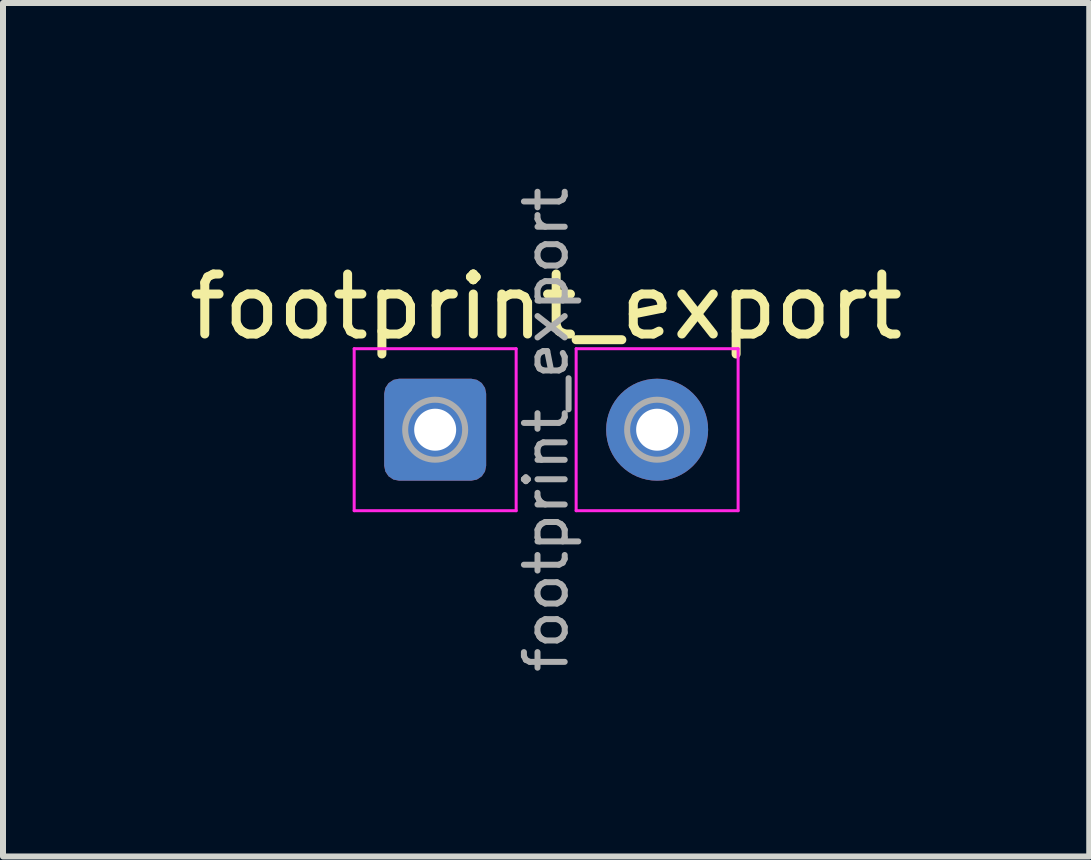
<source format=kicad_pcb>
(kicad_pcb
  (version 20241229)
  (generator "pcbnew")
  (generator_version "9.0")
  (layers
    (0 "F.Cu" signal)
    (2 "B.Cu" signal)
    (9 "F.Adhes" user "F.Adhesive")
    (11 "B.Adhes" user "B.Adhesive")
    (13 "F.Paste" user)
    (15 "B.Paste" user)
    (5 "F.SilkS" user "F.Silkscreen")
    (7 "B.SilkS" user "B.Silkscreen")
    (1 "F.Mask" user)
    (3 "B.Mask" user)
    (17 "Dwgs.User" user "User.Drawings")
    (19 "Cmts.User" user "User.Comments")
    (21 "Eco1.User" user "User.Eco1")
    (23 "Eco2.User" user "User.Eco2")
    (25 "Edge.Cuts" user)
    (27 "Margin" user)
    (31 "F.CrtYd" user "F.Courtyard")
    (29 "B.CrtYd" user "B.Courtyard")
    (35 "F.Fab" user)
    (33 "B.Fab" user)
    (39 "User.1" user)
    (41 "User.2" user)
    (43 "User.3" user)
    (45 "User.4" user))
  (footprint "footprint_export"
    (layer "F.Cu")
    (at 4.204 4.113)
    (property "Reference" "footprint_export" (at 1.85 -2.05 0) (layer "F.SilkS") (effects (font (size 1 1) (thickness 0.15))))
    (attr exclude_from_pos_files exclude_from_bom)
    (fp_line (start -1.35 -1.35) (end -1.35 1.35) (stroke (width 0.05) (type solid)) (layer "F.CrtYd"))
    (fp_line (start -1.35 1.35) (end 1.35 1.35) (stroke (width 0.05) (type solid)) (layer "F.CrtYd"))
    (fp_line (start 1.35 -1.35) (end -1.35 -1.35) (stroke (width 0.05) (type solid)) (layer "F.CrtYd"))
    (fp_line (start 1.35 1.35) (end 1.35 -1.35) (stroke (width 0.05) (type solid)) (layer "F.CrtYd"))
    (fp_line (start 2.35 -1.35) (end 2.35 1.35) (stroke (width 0.05) (type solid)) (layer "F.CrtYd"))
    (fp_line (start 2.35 1.35) (end 5.05 1.35) (stroke (width 0.05) (type solid)) (layer "F.CrtYd"))
    (fp_line (start 5.05 -1.35) (end 2.35 -1.35) (stroke (width 0.05) (type solid)) (layer "F.CrtYd"))
    (fp_line (start 5.05 1.35) (end 5.05 -1.35) (stroke (width 0.05) (type solid)) (layer "F.CrtYd"))
    (fp_circle (center 0 0) (end 0.5 0) (stroke (width 0.1) (type solid)) (fill no) (layer "F.Fab"))
    (fp_circle (center 3.7 0) (end 4.2 0) (stroke (width 0.1) (type solid)) (fill no) (layer "F.Fab"))
    (fp_text user "${REFERENCE}" (at 1.85 0 90) (layer "F.Fab") (effects (font (size 0.68 0.68) (thickness 0.1))))
    (pad "1" thru_hole roundrect (at 0 0) (size 1.7 1.7) (drill 0.7) (layers "*.Cu" "*.Mask") (roundrect_rratio 0.147))
    (pad "2" thru_hole circle (at 3.7 0) (size 1.7 1.7) (drill 0.7) (layers "*.Cu" "*.Mask")))
  (gr_rect
    (start -3 -3)
    (end 15.107 11.227)
    (stroke (width 0.1) (type default))
    (fill no)
    (layer "Edge.Cuts")))
</source>
